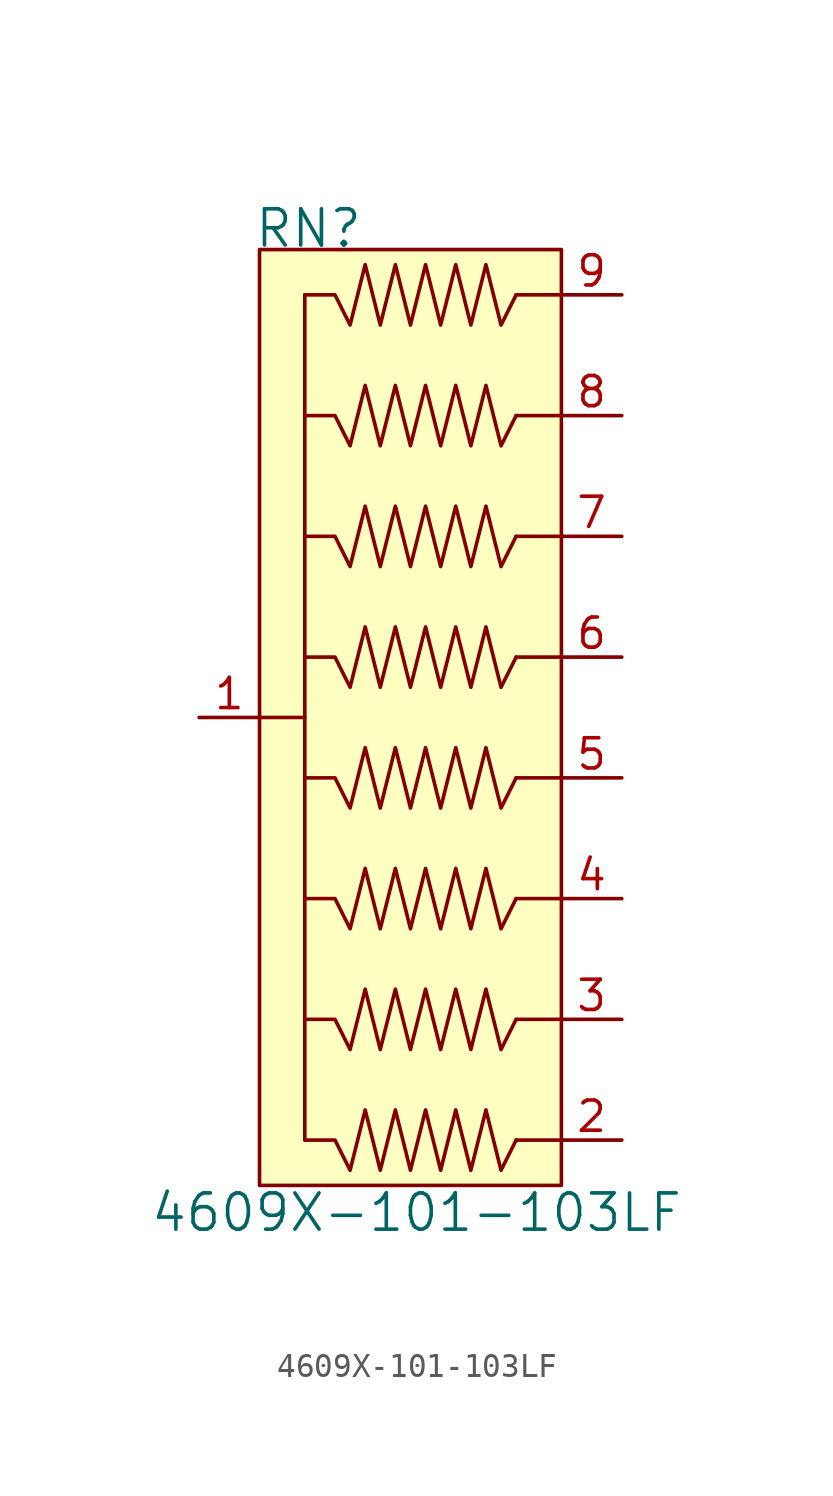
<source format=kicad_sym>
(kicad_symbol_lib
  (version 20231120)
  (generator "kicad_symbol_editor")
  (generator_version "8.0")
  (symbol "4609X-101-103LF"
    (pin_names
      (offset 1.016))
    (property "Reference" "RN"
      (at -6.858 20.574 0)
      (effects (font (size 1.524 1.524)) (justify left)))
    (property "Value" "4609X-101-103LF"
      (at 0 -20.828 0)
      (effects (font (size 1.524 1.524))))
    (symbol "4609X-101-103LF_0_1"
      (rectangle (start -6.604 -19.685) (end 6.096 19.685) (stroke (width 0) (type default)) (fill (type background)))
      (polyline (pts (xy -6.604 0) (xy -4.699 0)) (stroke (width 0) (type default)) (fill (type none)))
      (polyline (pts (xy -4.699 -17.78) (xy -4.699 17.78)) (stroke (width 0) (type default)) (fill (type none))))
    (symbol "4609X-101-103LF_1_1"
      (polyline (pts (xy 6.096 -17.78) (xy 4.191 -17.78)) (stroke (width 0) (type default)) (fill (type none)))
      (polyline (pts (xy 6.096 -12.7) (xy 4.191 -12.7)) (stroke (width 0) (type default)) (fill (type none)))
      (polyline (pts (xy 6.096 -7.62) (xy 4.191 -7.62)) (stroke (width 0) (type default)) (fill (type none)))
      (polyline (pts (xy 6.096 -2.54) (xy 4.191 -2.54)) (stroke (width 0) (type default)) (fill (type none)))
      (polyline (pts (xy 6.096 2.54) (xy 4.191 2.54)) (stroke (width 0) (type default)) (fill (type none)))
      (polyline (pts (xy 6.096 7.62) (xy 4.191 7.62)) (stroke (width 0) (type default)) (fill (type none)))
      (polyline (pts (xy 6.096 12.7) (xy 4.191 12.7)) (stroke (width 0) (type default)) (fill (type none)))
      (polyline (pts (xy 6.096 17.78) (xy 4.191 17.78)) (stroke (width 0) (type default)) (fill (type none)))
      (polyline (pts (xy 4.191 -17.78) (xy 3.556 -19.05) (xy 2.921 -16.51) (xy 2.286 -19.05) (xy 1.651 -16.51) (xy 1.016 -19.05) (xy 0.381 -16.51) (xy -0.254 -19.05) (xy -0.889 -16.51) (xy -1.524 -19.05) (xy -2.159 -16.51) (xy -2.794 -19.05) (xy -3.429 -17.78) (xy -4.699 -17.78)) (stroke (width 0) (type default)) (fill (type none)))
      (polyline (pts (xy 4.191 -12.7) (xy 3.556 -13.97) (xy 2.921 -11.43) (xy 2.286 -13.97) (xy 1.651 -11.43) (xy 1.016 -13.97) (xy 0.381 -11.43) (xy -0.254 -13.97) (xy -0.889 -11.43) (xy -1.524 -13.97) (xy -2.159 -11.43) (xy -2.794 -13.97) (xy -3.429 -12.7) (xy -4.699 -12.7)) (stroke (width 0) (type default)) (fill (type none)))
      (polyline (pts (xy 4.191 -7.62) (xy 3.556 -8.89) (xy 2.921 -6.35) (xy 2.286 -8.89) (xy 1.651 -6.35) (xy 1.016 -8.89) (xy 0.381 -6.35) (xy -0.254 -8.89) (xy -0.889 -6.35) (xy -1.524 -8.89) (xy -2.159 -6.35) (xy -2.794 -8.89) (xy -3.429 -7.62) (xy -4.699 -7.62)) (stroke (width 0) (type default)) (fill (type none)))
      (polyline (pts (xy 4.191 -2.54) (xy 3.556 -3.81) (xy 2.921 -1.27) (xy 2.286 -3.81) (xy 1.651 -1.27) (xy 1.016 -3.81) (xy 0.381 -1.27) (xy -0.254 -3.81) (xy -0.889 -1.27) (xy -1.524 -3.81) (xy -2.159 -1.27) (xy -2.794 -3.81) (xy -3.429 -2.54) (xy -4.699 -2.54)) (stroke (width 0) (type default)) (fill (type none)))
      (polyline (pts (xy 4.191 2.54) (xy 3.556 1.27) (xy 2.921 3.81) (xy 2.286 1.27) (xy 1.651 3.81) (xy 1.016 1.27) (xy 0.381 3.81) (xy -0.254 1.27) (xy -0.889 3.81) (xy -1.524 1.27) (xy -2.159 3.81) (xy -2.794 1.27) (xy -3.429 2.54) (xy -4.699 2.54)) (stroke (width 0) (type default)) (fill (type none)))
      (polyline (pts (xy 4.191 7.62) (xy 3.556 6.35) (xy 2.921 8.89) (xy 2.286 6.35) (xy 1.651 8.89) (xy 1.016 6.35) (xy 0.381 8.89) (xy -0.254 6.35) (xy -0.889 8.89) (xy -1.524 6.35) (xy -2.159 8.89) (xy -2.794 6.35) (xy -3.429 7.62) (xy -4.699 7.62)) (stroke (width 0) (type default)) (fill (type none)))
      (polyline (pts (xy 4.191 12.7) (xy 3.556 11.43) (xy 2.921 13.97) (xy 2.286 11.43) (xy 1.651 13.97) (xy 1.016 11.43) (xy 0.381 13.97) (xy -0.254 11.43) (xy -0.889 13.97) (xy -1.524 11.43) (xy -2.159 13.97) (xy -2.794 11.43) (xy -3.429 12.7) (xy -4.699 12.7)) (stroke (width 0) (type default)) (fill (type none)))
      (polyline (pts (xy 4.191 17.78) (xy 3.556 16.51) (xy 2.921 19.05) (xy 2.286 16.51) (xy 1.651 19.05) (xy 1.016 16.51) (xy 0.381 19.05) (xy -0.254 16.51) (xy -0.889 19.05) (xy -1.524 16.51) (xy -2.159 19.05) (xy -2.794 16.51) (xy -3.429 17.78) (xy -4.699 17.78)) (stroke (width 0) (type default)) (fill (type none)))
      (pin passive line (at -9.144 0 0) (length 2.54) (name "~" (effects (font (size 1.27 1.27)))) (number "1" (effects (font (size 1.27 1.27)))))
      (pin passive line (at 8.636 -17.78 180) (length 2.54) (name "~" (effects (font (size 1.27 1.27)))) (number "2" (effects (font (size 1.27 1.27)))))
      (pin passive line (at 8.636 -12.7 180) (length 2.54) (name "~" (effects (font (size 1.27 1.27)))) (number "3" (effects (font (size 1.27 1.27)))))
      (pin passive line (at 8.636 -7.62 180) (length 2.54) (name "~" (effects (font (size 1.27 1.27)))) (number "4" (effects (font (size 1.27 1.27)))))
      (pin passive line (at 8.636 -2.54 180) (length 2.54) (name "~" (effects (font (size 1.27 1.27)))) (number "5" (effects (font (size 1.27 1.27)))))
      (pin passive line (at 8.636 2.54 180) (length 2.54) (name "~" (effects (font (size 1.27 1.27)))) (number "6" (effects (font (size 1.27 1.27)))))
      (pin passive line (at 8.636 7.62 180) (length 2.54) (name "~" (effects (font (size 1.27 1.27)))) (number "7" (effects (font (size 1.27 1.27)))))
      (pin passive line (at 8.636 12.7 180) (length 2.54) (name "~" (effects (font (size 1.27 1.27)))) (number "8" (effects (font (size 1.27 1.27)))))
      (pin passive line (at 8.636 17.78 180) (length 2.54) (name "~" (effects (font (size 1.27 1.27)))) (number "9" (effects (font (size 1.27 1.27))))))))
</source>
